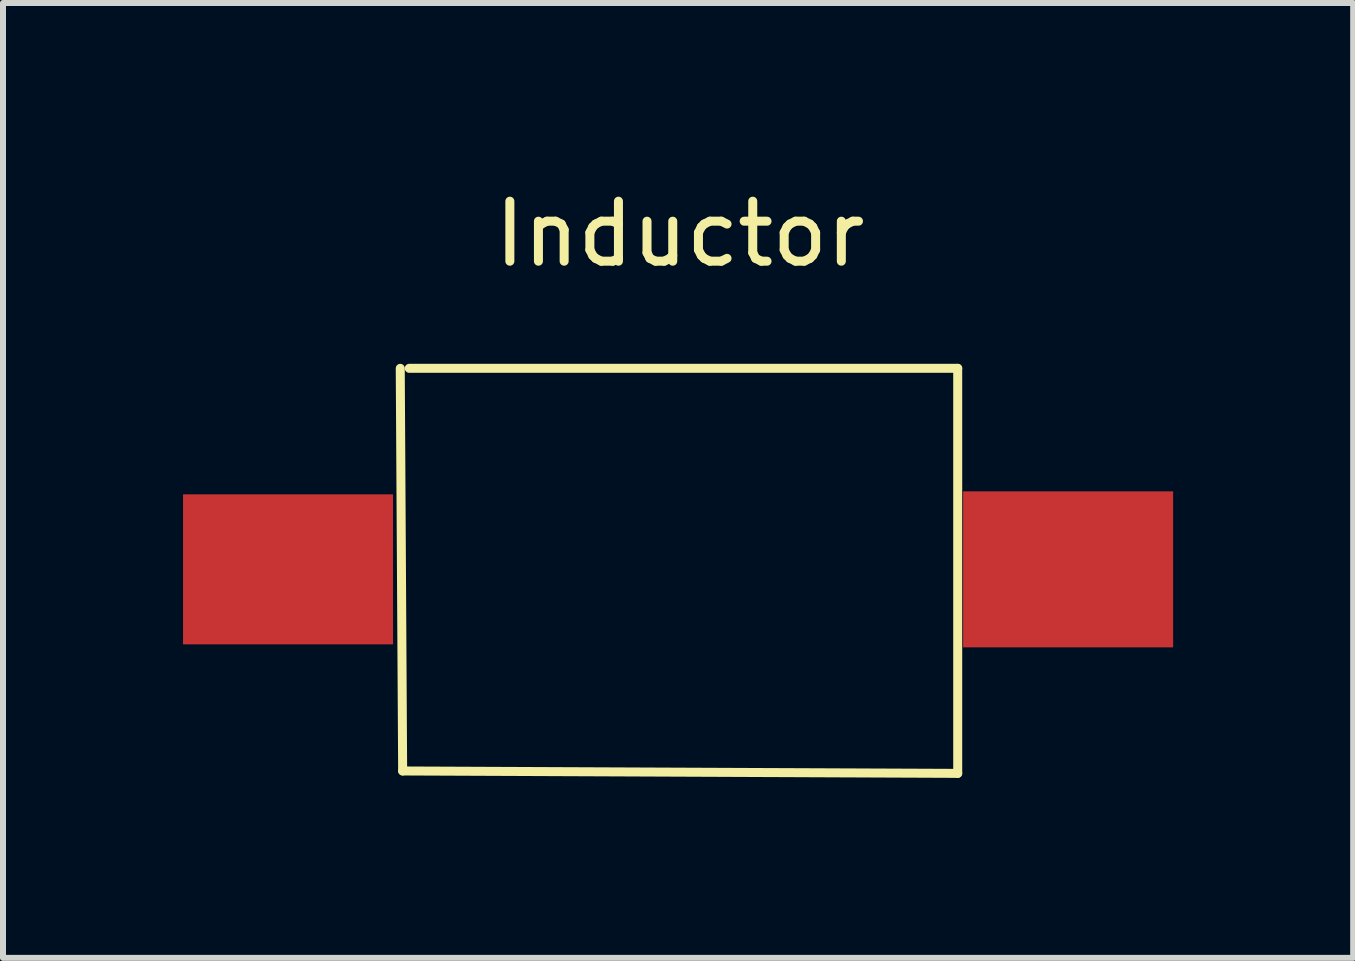
<source format=kicad_pcb>
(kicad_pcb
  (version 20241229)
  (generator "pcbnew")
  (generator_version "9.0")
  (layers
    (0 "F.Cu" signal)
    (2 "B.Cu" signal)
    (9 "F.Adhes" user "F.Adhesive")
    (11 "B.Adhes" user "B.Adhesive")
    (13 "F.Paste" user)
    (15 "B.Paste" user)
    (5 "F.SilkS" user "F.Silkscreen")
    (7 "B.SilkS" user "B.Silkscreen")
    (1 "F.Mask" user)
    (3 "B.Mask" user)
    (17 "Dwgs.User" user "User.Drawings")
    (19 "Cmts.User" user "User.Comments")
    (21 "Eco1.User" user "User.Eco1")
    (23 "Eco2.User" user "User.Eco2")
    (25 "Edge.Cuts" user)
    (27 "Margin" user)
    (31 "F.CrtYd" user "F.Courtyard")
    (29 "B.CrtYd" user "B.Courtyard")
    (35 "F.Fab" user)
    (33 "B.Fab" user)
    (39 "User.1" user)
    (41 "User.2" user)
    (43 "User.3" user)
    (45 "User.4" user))
  (footprint "Inductor"
    (layer "F.Cu")
    (at 8.25 6.438)
    (property "Reference" "Inductor" (at 0.03 -5.59 0) (layer "F.SilkS") (effects (font (size 1 1) (thickness 0.15))))
    (attr through_hole)
    (fp_line (start -4.59 3.36) (end -4.63 -3.35) (stroke (width 0.15) (type solid)) (layer "F.SilkS"))
    (fp_line (start -4.48 -3.35) (end 4.66 -3.35) (stroke (width 0.15) (type solid)) (layer "F.SilkS"))
    (fp_line (start 4.66 -3.35) (end 4.66 3.4) (stroke (width 0.15) (type solid)) (layer "F.SilkS"))
    (fp_line (start 4.66 3.4) (end -4.59 3.36) (stroke (width 0.15) (type solid)) (layer "F.SilkS"))
    (pad "1" smd rect (at 6.5 0) (size 3.5 2.6) (layers "F.Cu" "F.Mask" "F.Paste"))
    (pad "2" smd rect (at -6.5 0) (size 3.5 2.5) (layers "F.Cu" "F.Mask" "F.Paste")))
  (gr_rect
    (start -3 -3)
    (end 19.5 12.913)
    (stroke (width 0.1) (type default))
    (fill no)
    (layer "Edge.Cuts")))
</source>
